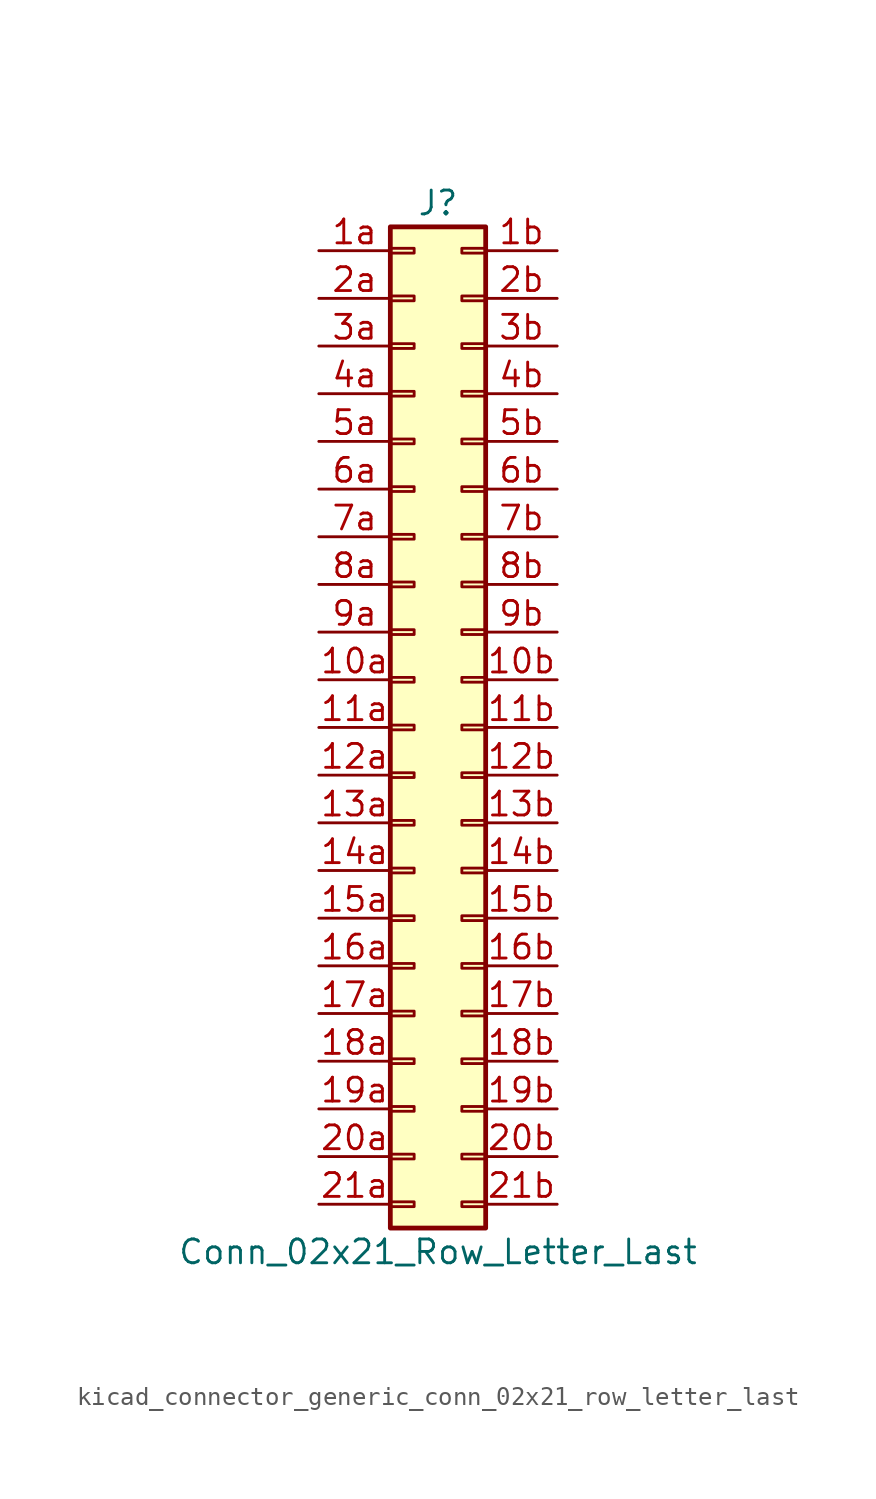
<source format=kicad_sym>
(kicad_symbol_lib
  (version 20220914)
  (generator kicad_symbol_editor)
  (symbol "kicad_connector_generic_conn_02x21_row_letter_last"
    (pin_names
      (offset 1.016) hide)
    (property "Reference" "J"
      (at 1.27 27.94 0)
      (effects (font (size 1.27 1.27))))
    (property "Value" "Conn_02x21_Row_Letter_Last"
      (at 1.27 -27.94 0)
      (effects (font (size 1.27 1.27))))
    (symbol "kicad_connector_generic_conn_02x21_row_letter_last_1_1"
      (rectangle (start -1.27 -25.273) (end 0 -25.527) (stroke (width 0.152) (type default)) (fill (type none)))
      (rectangle (start -1.27 -22.733) (end 0 -22.987) (stroke (width 0.152) (type default)) (fill (type none)))
      (rectangle (start -1.27 -20.193) (end 0 -20.447) (stroke (width 0.152) (type default)) (fill (type none)))
      (rectangle (start -1.27 -17.653) (end 0 -17.907) (stroke (width 0.152) (type default)) (fill (type none)))
      (rectangle (start -1.27 -15.113) (end 0 -15.367) (stroke (width 0.152) (type default)) (fill (type none)))
      (rectangle (start -1.27 -12.573) (end 0 -12.827) (stroke (width 0.152) (type default)) (fill (type none)))
      (rectangle (start -1.27 -10.033) (end 0 -10.287) (stroke (width 0.152) (type default)) (fill (type none)))
      (rectangle (start -1.27 -7.493) (end 0 -7.747) (stroke (width 0.152) (type default)) (fill (type none)))
      (rectangle (start -1.27 -4.953) (end 0 -5.207) (stroke (width 0.152) (type default)) (fill (type none)))
      (rectangle (start -1.27 -2.413) (end 0 -2.667) (stroke (width 0.152) (type default)) (fill (type none)))
      (rectangle (start -1.27 0.127) (end 0 -0.127) (stroke (width 0.152) (type default)) (fill (type none)))
      (rectangle (start -1.27 2.667) (end 0 2.413) (stroke (width 0.152) (type default)) (fill (type none)))
      (rectangle (start -1.27 5.207) (end 0 4.953) (stroke (width 0.152) (type default)) (fill (type none)))
      (rectangle (start -1.27 7.747) (end 0 7.493) (stroke (width 0.152) (type default)) (fill (type none)))
      (rectangle (start -1.27 10.287) (end 0 10.033) (stroke (width 0.152) (type default)) (fill (type none)))
      (rectangle (start -1.27 12.827) (end 0 12.573) (stroke (width 0.152) (type default)) (fill (type none)))
      (rectangle (start -1.27 15.367) (end 0 15.113) (stroke (width 0.152) (type default)) (fill (type none)))
      (rectangle (start -1.27 17.907) (end 0 17.653) (stroke (width 0.152) (type default)) (fill (type none)))
      (rectangle (start -1.27 20.447) (end 0 20.193) (stroke (width 0.152) (type default)) (fill (type none)))
      (rectangle (start -1.27 22.987) (end 0 22.733) (stroke (width 0.152) (type default)) (fill (type none)))
      (rectangle (start -1.27 25.527) (end 0 25.273) (stroke (width 0.152) (type default)) (fill (type none)))
      (rectangle (start -1.27 26.67) (end 3.81 -26.67) (stroke (width 0.254) (type default)) (fill (type background)))
      (rectangle (start 3.81 -25.273) (end 2.54 -25.527) (stroke (width 0.152) (type default)) (fill (type none)))
      (rectangle (start 3.81 -22.733) (end 2.54 -22.987) (stroke (width 0.152) (type default)) (fill (type none)))
      (rectangle (start 3.81 -20.193) (end 2.54 -20.447) (stroke (width 0.152) (type default)) (fill (type none)))
      (rectangle (start 3.81 -17.653) (end 2.54 -17.907) (stroke (width 0.152) (type default)) (fill (type none)))
      (rectangle (start 3.81 -15.113) (end 2.54 -15.367) (stroke (width 0.152) (type default)) (fill (type none)))
      (rectangle (start 3.81 -12.573) (end 2.54 -12.827) (stroke (width 0.152) (type default)) (fill (type none)))
      (rectangle (start 3.81 -10.033) (end 2.54 -10.287) (stroke (width 0.152) (type default)) (fill (type none)))
      (rectangle (start 3.81 -7.493) (end 2.54 -7.747) (stroke (width 0.152) (type default)) (fill (type none)))
      (rectangle (start 3.81 -4.953) (end 2.54 -5.207) (stroke (width 0.152) (type default)) (fill (type none)))
      (rectangle (start 3.81 -2.413) (end 2.54 -2.667) (stroke (width 0.152) (type default)) (fill (type none)))
      (rectangle (start 3.81 0.127) (end 2.54 -0.127) (stroke (width 0.152) (type default)) (fill (type none)))
      (rectangle (start 3.81 2.667) (end 2.54 2.413) (stroke (width 0.152) (type default)) (fill (type none)))
      (rectangle (start 3.81 5.207) (end 2.54 4.953) (stroke (width 0.152) (type default)) (fill (type none)))
      (rectangle (start 3.81 7.747) (end 2.54 7.493) (stroke (width 0.152) (type default)) (fill (type none)))
      (rectangle (start 3.81 10.287) (end 2.54 10.033) (stroke (width 0.152) (type default)) (fill (type none)))
      (rectangle (start 3.81 12.827) (end 2.54 12.573) (stroke (width 0.152) (type default)) (fill (type none)))
      (rectangle (start 3.81 15.367) (end 2.54 15.113) (stroke (width 0.152) (type default)) (fill (type none)))
      (rectangle (start 3.81 17.907) (end 2.54 17.653) (stroke (width 0.152) (type default)) (fill (type none)))
      (rectangle (start 3.81 20.447) (end 2.54 20.193) (stroke (width 0.152) (type default)) (fill (type none)))
      (rectangle (start 3.81 22.987) (end 2.54 22.733) (stroke (width 0.152) (type default)) (fill (type none)))
      (rectangle (start 3.81 25.527) (end 2.54 25.273) (stroke (width 0.152) (type default)) (fill (type none)))
      (pin passive line (at -5.08 2.54 0) (length 3.81) (name "Pin_10a" (effects (font (size 1.27 1.27)))) (number "10a" (effects (font (size 1.27 1.27)))))
      (pin passive line (at 7.62 2.54 180) (length 3.81) (name "Pin_10b" (effects (font (size 1.27 1.27)))) (number "10b" (effects (font (size 1.27 1.27)))))
      (pin passive line (at -5.08 0 0) (length 3.81) (name "Pin_11a" (effects (font (size 1.27 1.27)))) (number "11a" (effects (font (size 1.27 1.27)))))
      (pin passive line (at 7.62 0 180) (length 3.81) (name "Pin_11b" (effects (font (size 1.27 1.27)))) (number "11b" (effects (font (size 1.27 1.27)))))
      (pin passive line (at -5.08 -2.54 0) (length 3.81) (name "Pin_12a" (effects (font (size 1.27 1.27)))) (number "12a" (effects (font (size 1.27 1.27)))))
      (pin passive line (at 7.62 -2.54 180) (length 3.81) (name "Pin_12b" (effects (font (size 1.27 1.27)))) (number "12b" (effects (font (size 1.27 1.27)))))
      (pin passive line (at -5.08 -5.08 0) (length 3.81) (name "Pin_13a" (effects (font (size 1.27 1.27)))) (number "13a" (effects (font (size 1.27 1.27)))))
      (pin passive line (at 7.62 -5.08 180) (length 3.81) (name "Pin_13b" (effects (font (size 1.27 1.27)))) (number "13b" (effects (font (size 1.27 1.27)))))
      (pin passive line (at -5.08 -7.62 0) (length 3.81) (name "Pin_14a" (effects (font (size 1.27 1.27)))) (number "14a" (effects (font (size 1.27 1.27)))))
      (pin passive line (at 7.62 -7.62 180) (length 3.81) (name "Pin_14b" (effects (font (size 1.27 1.27)))) (number "14b" (effects (font (size 1.27 1.27)))))
      (pin passive line (at -5.08 -10.16 0) (length 3.81) (name "Pin_15a" (effects (font (size 1.27 1.27)))) (number "15a" (effects (font (size 1.27 1.27)))))
      (pin passive line (at 7.62 -10.16 180) (length 3.81) (name "Pin_15b" (effects (font (size 1.27 1.27)))) (number "15b" (effects (font (size 1.27 1.27)))))
      (pin passive line (at -5.08 -12.7 0) (length 3.81) (name "Pin_16a" (effects (font (size 1.27 1.27)))) (number "16a" (effects (font (size 1.27 1.27)))))
      (pin passive line (at 7.62 -12.7 180) (length 3.81) (name "Pin_16b" (effects (font (size 1.27 1.27)))) (number "16b" (effects (font (size 1.27 1.27)))))
      (pin passive line (at -5.08 -15.24 0) (length 3.81) (name "Pin_17a" (effects (font (size 1.27 1.27)))) (number "17a" (effects (font (size 1.27 1.27)))))
      (pin passive line (at 7.62 -15.24 180) (length 3.81) (name "Pin_17b" (effects (font (size 1.27 1.27)))) (number "17b" (effects (font (size 1.27 1.27)))))
      (pin passive line (at -5.08 -17.78 0) (length 3.81) (name "Pin_18a" (effects (font (size 1.27 1.27)))) (number "18a" (effects (font (size 1.27 1.27)))))
      (pin passive line (at 7.62 -17.78 180) (length 3.81) (name "Pin_18b" (effects (font (size 1.27 1.27)))) (number "18b" (effects (font (size 1.27 1.27)))))
      (pin passive line (at -5.08 -20.32 0) (length 3.81) (name "Pin_19a" (effects (font (size 1.27 1.27)))) (number "19a" (effects (font (size 1.27 1.27)))))
      (pin passive line (at 7.62 -20.32 180) (length 3.81) (name "Pin_19b" (effects (font (size 1.27 1.27)))) (number "19b" (effects (font (size 1.27 1.27)))))
      (pin passive line (at -5.08 25.4 0) (length 3.81) (name "Pin_1a" (effects (font (size 1.27 1.27)))) (number "1a" (effects (font (size 1.27 1.27)))))
      (pin passive line (at 7.62 25.4 180) (length 3.81) (name "Pin_1b" (effects (font (size 1.27 1.27)))) (number "1b" (effects (font (size 1.27 1.27)))))
      (pin passive line (at -5.08 -22.86 0) (length 3.81) (name "Pin_20a" (effects (font (size 1.27 1.27)))) (number "20a" (effects (font (size 1.27 1.27)))))
      (pin passive line (at 7.62 -22.86 180) (length 3.81) (name "Pin_20b" (effects (font (size 1.27 1.27)))) (number "20b" (effects (font (size 1.27 1.27)))))
      (pin passive line (at -5.08 -25.4 0) (length 3.81) (name "Pin_21a" (effects (font (size 1.27 1.27)))) (number "21a" (effects (font (size 1.27 1.27)))))
      (pin passive line (at 7.62 -25.4 180) (length 3.81) (name "Pin_21b" (effects (font (size 1.27 1.27)))) (number "21b" (effects (font (size 1.27 1.27)))))
      (pin passive line (at -5.08 22.86 0) (length 3.81) (name "Pin_2a" (effects (font (size 1.27 1.27)))) (number "2a" (effects (font (size 1.27 1.27)))))
      (pin passive line (at 7.62 22.86 180) (length 3.81) (name "Pin_2b" (effects (font (size 1.27 1.27)))) (number "2b" (effects (font (size 1.27 1.27)))))
      (pin passive line (at -5.08 20.32 0) (length 3.81) (name "Pin_3a" (effects (font (size 1.27 1.27)))) (number "3a" (effects (font (size 1.27 1.27)))))
      (pin passive line (at 7.62 20.32 180) (length 3.81) (name "Pin_3b" (effects (font (size 1.27 1.27)))) (number "3b" (effects (font (size 1.27 1.27)))))
      (pin passive line (at -5.08 17.78 0) (length 3.81) (name "Pin_4a" (effects (font (size 1.27 1.27)))) (number "4a" (effects (font (size 1.27 1.27)))))
      (pin passive line (at 7.62 17.78 180) (length 3.81) (name "Pin_4b" (effects (font (size 1.27 1.27)))) (number "4b" (effects (font (size 1.27 1.27)))))
      (pin passive line (at -5.08 15.24 0) (length 3.81) (name "Pin_5a" (effects (font (size 1.27 1.27)))) (number "5a" (effects (font (size 1.27 1.27)))))
      (pin passive line (at 7.62 15.24 180) (length 3.81) (name "Pin_5b" (effects (font (size 1.27 1.27)))) (number "5b" (effects (font (size 1.27 1.27)))))
      (pin passive line (at -5.08 12.7 0) (length 3.81) (name "Pin_6a" (effects (font (size 1.27 1.27)))) (number "6a" (effects (font (size 1.27 1.27)))))
      (pin passive line (at 7.62 12.7 180) (length 3.81) (name "Pin_6b" (effects (font (size 1.27 1.27)))) (number "6b" (effects (font (size 1.27 1.27)))))
      (pin passive line (at -5.08 10.16 0) (length 3.81) (name "Pin_7a" (effects (font (size 1.27 1.27)))) (number "7a" (effects (font (size 1.27 1.27)))))
      (pin passive line (at 7.62 10.16 180) (length 3.81) (name "Pin_7b" (effects (font (size 1.27 1.27)))) (number "7b" (effects (font (size 1.27 1.27)))))
      (pin passive line (at -5.08 7.62 0) (length 3.81) (name "Pin_8a" (effects (font (size 1.27 1.27)))) (number "8a" (effects (font (size 1.27 1.27)))))
      (pin passive line (at 7.62 7.62 180) (length 3.81) (name "Pin_8b" (effects (font (size 1.27 1.27)))) (number "8b" (effects (font (size 1.27 1.27)))))
      (pin passive line (at -5.08 5.08 0) (length 3.81) (name "Pin_9a" (effects (font (size 1.27 1.27)))) (number "9a" (effects (font (size 1.27 1.27)))))
      (pin passive line (at 7.62 5.08 180) (length 3.81) (name "Pin_9b" (effects (font (size 1.27 1.27)))) (number "9b" (effects (font (size 1.27 1.27))))))))
</source>
